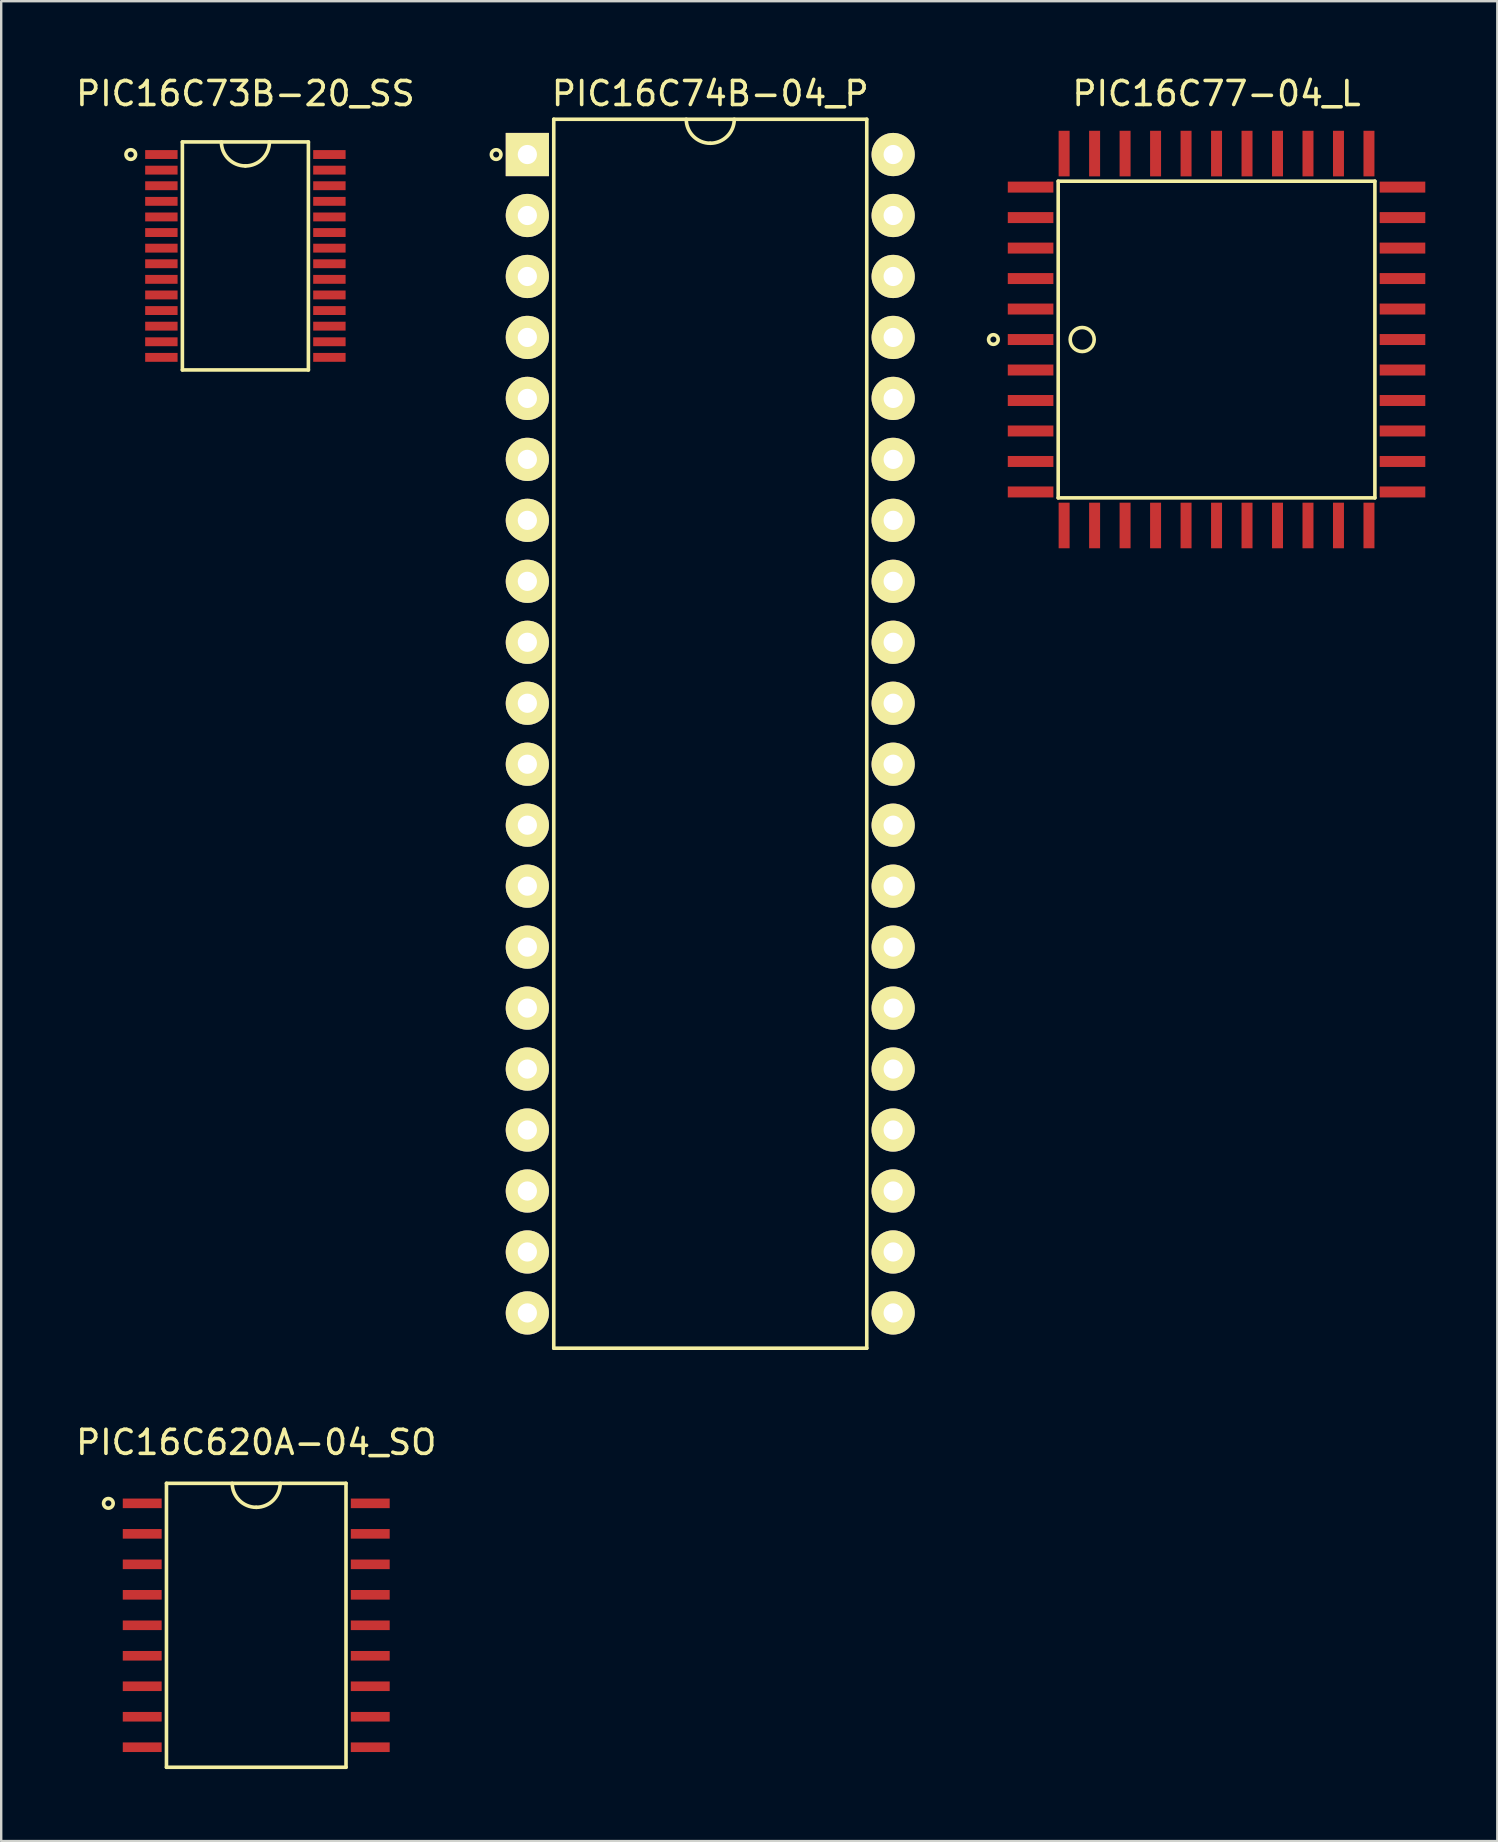
<source format=kicad_pcb>
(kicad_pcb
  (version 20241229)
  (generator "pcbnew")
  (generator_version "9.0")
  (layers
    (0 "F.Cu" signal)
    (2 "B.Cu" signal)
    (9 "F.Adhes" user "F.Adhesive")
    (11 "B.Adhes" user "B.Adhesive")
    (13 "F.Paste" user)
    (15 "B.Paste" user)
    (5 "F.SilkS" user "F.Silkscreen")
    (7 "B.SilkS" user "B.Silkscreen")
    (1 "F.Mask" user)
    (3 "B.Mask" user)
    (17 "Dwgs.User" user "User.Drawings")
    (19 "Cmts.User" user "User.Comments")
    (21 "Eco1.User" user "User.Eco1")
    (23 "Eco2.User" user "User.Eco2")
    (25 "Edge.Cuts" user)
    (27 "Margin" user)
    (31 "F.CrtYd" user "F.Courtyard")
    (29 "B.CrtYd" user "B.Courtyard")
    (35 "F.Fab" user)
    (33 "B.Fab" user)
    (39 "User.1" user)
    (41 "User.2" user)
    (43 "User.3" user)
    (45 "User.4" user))
  (footprint "PIC16C74B-04_P"
    (layer "F.Cu")
    (at 18.92 3.388)
    (property "Reference" "PIC16C74B-04_P" (at 7.62 -2.54 0) (layer "F.SilkS") (effects (font (size 1 1) (thickness 0.15))))
    (attr through_hole)
    (fp_line (start 1.1 -1.47) (end 14.14 -1.47) (stroke (width 0.15) (type solid)) (layer "F.SilkS"))
    (fp_line (start 1.1 49.73) (end 1.1 -1.47) (stroke (width 0.15) (type solid)) (layer "F.SilkS"))
    (fp_line (start 14.14 -1.47) (end 14.14 49.73) (stroke (width 0.15) (type solid)) (layer "F.SilkS"))
    (fp_line (start 14.14 49.73) (end 1.1 49.73) (stroke (width 0.15) (type solid)) (layer "F.SilkS"))
    (fp_arc (start 7.62 -0.47) (mid 6.912893 -0.762893) (end 6.62 -1.47) (stroke (width 0.15) (type solid)) (layer "F.SilkS"))
    (fp_arc (start 8.62 -1.47) (mid 8.327107 -0.762893) (end 7.62 -0.47) (stroke (width 0.15) (type solid)) (layer "F.SilkS"))
    (fp_circle (center -1.3 0) (end -1.3 0.2) (stroke (width 0.15) (type solid)) (fill no) (layer "F.SilkS"))
    (pad "1" thru_hole rect (at 0 0) (size 1.8 1.8) (drill 0.8) (layers "*.Cu" "*.Mask" "F.SilkS"))
    (pad "2" thru_hole circle (at 0 2.54) (size 1.8 1.8) (drill 0.8) (layers "*.Cu" "*.Mask" "F.SilkS"))
    (pad "3" thru_hole circle (at 0 5.08) (size 1.8 1.8) (drill 0.8) (layers "*.Cu" "*.Mask" "F.SilkS"))
    (pad "4" thru_hole circle (at 0 7.62) (size 1.8 1.8) (drill 0.8) (layers "*.Cu" "*.Mask" "F.SilkS"))
    (pad "5" thru_hole circle (at 0 10.16) (size 1.8 1.8) (drill 0.8) (layers "*.Cu" "*.Mask" "F.SilkS"))
    (pad "6" thru_hole circle (at 0 12.7) (size 1.8 1.8) (drill 0.8) (layers "*.Cu" "*.Mask" "F.SilkS"))
    (pad "7" thru_hole circle (at 0 15.24) (size 1.8 1.8) (drill 0.8) (layers "*.Cu" "*.Mask" "F.SilkS"))
    (pad "8" thru_hole circle (at 0 17.78) (size 1.8 1.8) (drill 0.8) (layers "*.Cu" "*.Mask" "F.SilkS"))
    (pad "9" thru_hole circle (at 0 20.32) (size 1.8 1.8) (drill 0.8) (layers "*.Cu" "*.Mask" "F.SilkS"))
    (pad "10" thru_hole circle (at 0 22.86) (size 1.8 1.8) (drill 0.8) (layers "*.Cu" "*.Mask" "F.SilkS"))
    (pad "11" thru_hole circle (at 0 25.4) (size 1.8 1.8) (drill 0.8) (layers "*.Cu" "*.Mask" "F.SilkS"))
    (pad "12" thru_hole circle (at 0 27.94) (size 1.8 1.8) (drill 0.8) (layers "*.Cu" "*.Mask" "F.SilkS"))
    (pad "13" thru_hole circle (at 0 30.48) (size 1.8 1.8) (drill 0.8) (layers "*.Cu" "*.Mask" "F.SilkS"))
    (pad "14" thru_hole circle (at 0 33.02) (size 1.8 1.8) (drill 0.8) (layers "*.Cu" "*.Mask" "F.SilkS"))
    (pad "15" thru_hole circle (at 0 35.56) (size 1.8 1.8) (drill 0.8) (layers "*.Cu" "*.Mask" "F.SilkS"))
    (pad "16" thru_hole circle (at 0 38.1) (size 1.8 1.8) (drill 0.8) (layers "*.Cu" "*.Mask" "F.SilkS"))
    (pad "17" thru_hole circle (at 0 40.64) (size 1.8 1.8) (drill 0.8) (layers "*.Cu" "*.Mask" "F.SilkS"))
    (pad "18" thru_hole circle (at 0 43.18) (size 1.8 1.8) (drill 0.8) (layers "*.Cu" "*.Mask" "F.SilkS"))
    (pad "19" thru_hole circle (at 0 45.72) (size 1.8 1.8) (drill 0.8) (layers "*.Cu" "*.Mask" "F.SilkS"))
    (pad "20" thru_hole circle (at 0 48.26) (size 1.8 1.8) (drill 0.8) (layers "*.Cu" "*.Mask" "F.SilkS"))
    (pad "21" thru_hole circle (at 15.24 48.26) (size 1.8 1.8) (drill 0.8) (layers "*.Cu" "*.Mask" "F.SilkS"))
    (pad "22" thru_hole circle (at 15.24 45.72) (size 1.8 1.8) (drill 0.8) (layers "*.Cu" "*.Mask" "F.SilkS"))
    (pad "23" thru_hole circle (at 15.24 43.18) (size 1.8 1.8) (drill 0.8) (layers "*.Cu" "*.Mask" "F.SilkS"))
    (pad "24" thru_hole circle (at 15.24 40.64) (size 1.8 1.8) (drill 0.8) (layers "*.Cu" "*.Mask" "F.SilkS"))
    (pad "25" thru_hole circle (at 15.24 38.1) (size 1.8 1.8) (drill 0.8) (layers "*.Cu" "*.Mask" "F.SilkS"))
    (pad "26" thru_hole circle (at 15.24 35.56) (size 1.8 1.8) (drill 0.8) (layers "*.Cu" "*.Mask" "F.SilkS"))
    (pad "27" thru_hole circle (at 15.24 33.02) (size 1.8 1.8) (drill 0.8) (layers "*.Cu" "*.Mask" "F.SilkS"))
    (pad "28" thru_hole circle (at 15.24 30.48) (size 1.8 1.8) (drill 0.8) (layers "*.Cu" "*.Mask" "F.SilkS"))
    (pad "29" thru_hole circle (at 15.24 27.94) (size 1.8 1.8) (drill 0.8) (layers "*.Cu" "*.Mask" "F.SilkS"))
    (pad "30" thru_hole circle (at 15.24 25.4) (size 1.8 1.8) (drill 0.8) (layers "*.Cu" "*.Mask" "F.SilkS"))
    (pad "31" thru_hole circle (at 15.24 22.86) (size 1.8 1.8) (drill 0.8) (layers "*.Cu" "*.Mask" "F.SilkS"))
    (pad "32" thru_hole circle (at 15.24 20.32) (size 1.8 1.8) (drill 0.8) (layers "*.Cu" "*.Mask" "F.SilkS"))
    (pad "33" thru_hole circle (at 15.24 17.78) (size 1.8 1.8) (drill 0.8) (layers "*.Cu" "*.Mask" "F.SilkS"))
    (pad "34" thru_hole circle (at 15.24 15.24) (size 1.8 1.8) (drill 0.8) (layers "*.Cu" "*.Mask" "F.SilkS"))
    (pad "35" thru_hole circle (at 15.24 12.7) (size 1.8 1.8) (drill 0.8) (layers "*.Cu" "*.Mask" "F.SilkS"))
    (pad "36" thru_hole circle (at 15.24 10.16) (size 1.8 1.8) (drill 0.8) (layers "*.Cu" "*.Mask" "F.SilkS"))
    (pad "37" thru_hole circle (at 15.24 7.62) (size 1.8 1.8) (drill 0.8) (layers "*.Cu" "*.Mask" "F.SilkS"))
    (pad "38" thru_hole circle (at 15.24 5.08) (size 1.8 1.8) (drill 0.8) (layers "*.Cu" "*.Mask" "F.SilkS"))
    (pad "39" thru_hole circle (at 15.24 2.54) (size 1.8 1.8) (drill 0.8) (layers "*.Cu" "*.Mask" "F.SilkS"))
    (pad "40" thru_hole circle (at 15.24 0) (size 1.8 1.8) (drill 0.8) (layers "*.Cu" "*.Mask" "F.SilkS")))
  (footprint "PIC16C73B-20_SS"
    (layer "F.Cu")
    (at 3.673 3.388)
    (property "Reference" "PIC16C73B-20_SS" (at 3.5 -2.54 0) (layer "F.SilkS") (effects (font (size 1 1) (thickness 0.15))))
    (attr through_hole)
    (fp_line (start 0.875 -0.525) (end 6.125 -0.525) (stroke (width 0.15) (type solid)) (layer "F.SilkS"))
    (fp_line (start 0.875 8.975) (end 0.875 -0.525) (stroke (width 0.15) (type solid)) (layer "F.SilkS"))
    (fp_line (start 6.125 -0.525) (end 6.125 8.975) (stroke (width 0.15) (type solid)) (layer "F.SilkS"))
    (fp_line (start 6.125 8.975) (end 0.875 8.975) (stroke (width 0.15) (type solid)) (layer "F.SilkS"))
    (fp_arc (start 3.5 0.475) (mid 2.792893 0.182107) (end 2.5 -0.525) (stroke (width 0.15) (type solid)) (layer "F.SilkS"))
    (fp_arc (start 4.5 -0.525) (mid 4.207107 0.182107) (end 3.5 0.475) (stroke (width 0.15) (type solid)) (layer "F.SilkS"))
    (fp_circle (center -1.275 0) (end -1.275 0.2) (stroke (width 0.15) (type solid)) (fill no) (layer "F.SilkS"))
    (pad "1" smd rect (at 0 0) (size 1.35 0.37) (layers "F.Cu" "F.Mask" "F.Paste"))
    (pad "2" smd rect (at 0 0.65) (size 1.35 0.37) (layers "F.Cu" "F.Mask" "F.Paste"))
    (pad "3" smd rect (at 0 1.3) (size 1.35 0.37) (layers "F.Cu" "F.Mask" "F.Paste"))
    (pad "4" smd rect (at 0 1.95) (size 1.35 0.37) (layers "F.Cu" "F.Mask" "F.Paste"))
    (pad "5" smd rect (at 0 2.6) (size 1.35 0.37) (layers "F.Cu" "F.Mask" "F.Paste"))
    (pad "6" smd rect (at 0 3.25) (size 1.35 0.37) (layers "F.Cu" "F.Mask" "F.Paste"))
    (pad "7" smd rect (at 0 3.9) (size 1.35 0.37) (layers "F.Cu" "F.Mask" "F.Paste"))
    (pad "8" smd rect (at 0 4.55) (size 1.35 0.37) (layers "F.Cu" "F.Mask" "F.Paste"))
    (pad "9" smd rect (at 0 5.2) (size 1.35 0.37) (layers "F.Cu" "F.Mask" "F.Paste"))
    (pad "10" smd rect (at 0 5.85) (size 1.35 0.37) (layers "F.Cu" "F.Mask" "F.Paste"))
    (pad "11" smd rect (at 0 6.5) (size 1.35 0.37) (layers "F.Cu" "F.Mask" "F.Paste"))
    (pad "12" smd rect (at 0 7.15) (size 1.35 0.37) (layers "F.Cu" "F.Mask" "F.Paste"))
    (pad "13" smd rect (at 0 7.8) (size 1.35 0.37) (layers "F.Cu" "F.Mask" "F.Paste"))
    (pad "14" smd rect (at 0 8.45) (size 1.35 0.37) (layers "F.Cu" "F.Mask" "F.Paste"))
    (pad "15" smd rect (at 7 8.45) (size 1.35 0.37) (layers "F.Cu" "F.Mask" "F.Paste"))
    (pad "16" smd rect (at 7 7.8) (size 1.35 0.37) (layers "F.Cu" "F.Mask" "F.Paste"))
    (pad "17" smd rect (at 7 7.15) (size 1.35 0.37) (layers "F.Cu" "F.Mask" "F.Paste"))
    (pad "18" smd rect (at 7 6.5) (size 1.35 0.37) (layers "F.Cu" "F.Mask" "F.Paste"))
    (pad "19" smd rect (at 7 5.85) (size 1.35 0.37) (layers "F.Cu" "F.Mask" "F.Paste"))
    (pad "20" smd rect (at 7 5.2) (size 1.35 0.37) (layers "F.Cu" "F.Mask" "F.Paste"))
    (pad "21" smd rect (at 7 4.55) (size 1.35 0.37) (layers "F.Cu" "F.Mask" "F.Paste"))
    (pad "22" smd rect (at 7 3.9) (size 1.35 0.37) (layers "F.Cu" "F.Mask" "F.Paste"))
    (pad "23" smd rect (at 7 3.25) (size 1.35 0.37) (layers "F.Cu" "F.Mask" "F.Paste"))
    (pad "24" smd rect (at 7 2.6) (size 1.35 0.37) (layers "F.Cu" "F.Mask" "F.Paste"))
    (pad "25" smd rect (at 7 1.95) (size 1.35 0.37) (layers "F.Cu" "F.Mask" "F.Paste"))
    (pad "26" smd rect (at 7 1.3) (size 1.35 0.37) (layers "F.Cu" "F.Mask" "F.Paste"))
    (pad "27" smd rect (at 7 0.65) (size 1.35 0.37) (layers "F.Cu" "F.Mask" "F.Paste"))
    (pad "28" smd rect (at 7 0) (size 1.35 0.37) (layers "F.Cu" "F.Mask" "F.Paste")))
  (footprint "PIC16C77-04_L"
    (layer "F.Cu")
    (at 39.885 3.348)
    (property "Reference" "PIC16C77-04_L" (at 7.747 -2.5 0) (layer "F.SilkS") (effects (font (size 1 1) (thickness 0.15))))
    (attr through_hole)
    (fp_line (start 1.15 1.15) (end 1.15 14.344) (stroke (width 0.15) (type solid)) (layer "F.SilkS"))
    (fp_line (start 1.15 1.15) (end 14.344 1.15) (stroke (width 0.15) (type solid)) (layer "F.SilkS"))
    (fp_line (start 1.15 14.344) (end 14.344 14.344) (stroke (width 0.15) (type solid)) (layer "F.SilkS"))
    (fp_line (start 14.344 14.344) (end 14.344 1.15) (stroke (width 0.15) (type solid)) (layer "F.SilkS"))
    (fp_circle (center -1.55 7.747) (end -1.55 7.547) (stroke (width 0.15) (type solid)) (fill no) (layer "F.SilkS"))
    (fp_circle (center 2.15 7.747) (end 2.15 7.247) (stroke (width 0.15) (type solid)) (fill no) (layer "F.SilkS"))
    (pad "1" smd rect (at 0 7.747) (size 1.9 0.457) (layers "F.Cu" "F.Mask" "F.Paste"))
    (pad "2" smd rect (at 0 9.017) (size 1.9 0.457) (layers "F.Cu" "F.Mask" "F.Paste"))
    (pad "3" smd rect (at 0 10.287) (size 1.9 0.457) (layers "F.Cu" "F.Mask" "F.Paste"))
    (pad "4" smd rect (at 0 11.557) (size 1.9 0.457) (layers "F.Cu" "F.Mask" "F.Paste"))
    (pad "5" smd rect (at 0 12.827) (size 1.9 0.457) (layers "F.Cu" "F.Mask" "F.Paste"))
    (pad "6" smd rect (at 0 14.097) (size 1.9 0.457) (layers "F.Cu" "F.Mask" "F.Paste"))
    (pad "7" smd rect (at 1.397 15.494) (size 0.457 1.9) (layers "F.Cu" "F.Mask" "F.Paste"))
    (pad "8" smd rect (at 2.667 15.494) (size 0.457 1.9) (layers "F.Cu" "F.Mask" "F.Paste"))
    (pad "9" smd rect (at 3.937 15.494) (size 0.457 1.9) (layers "F.Cu" "F.Mask" "F.Paste"))
    (pad "10" smd rect (at 5.207 15.494) (size 0.457 1.9) (layers "F.Cu" "F.Mask" "F.Paste"))
    (pad "11" smd rect (at 6.477 15.494) (size 0.457 1.9) (layers "F.Cu" "F.Mask" "F.Paste"))
    (pad "12" smd rect (at 7.747 15.494) (size 0.457 1.9) (layers "F.Cu" "F.Mask" "F.Paste"))
    (pad "13" smd rect (at 9.017 15.494) (size 0.457 1.9) (layers "F.Cu" "F.Mask" "F.Paste"))
    (pad "14" smd rect (at 10.287 15.494) (size 0.457 1.9) (layers "F.Cu" "F.Mask" "F.Paste"))
    (pad "15" smd rect (at 11.557 15.494) (size 0.457 1.9) (layers "F.Cu" "F.Mask" "F.Paste"))
    (pad "16" smd rect (at 12.827 15.494) (size 0.457 1.9) (layers "F.Cu" "F.Mask" "F.Paste"))
    (pad "17" smd rect (at 14.097 15.494) (size 0.457 1.9) (layers "F.Cu" "F.Mask" "F.Paste"))
    (pad "18" smd rect (at 15.494 14.097) (size 1.9 0.457) (layers "F.Cu" "F.Mask" "F.Paste"))
    (pad "19" smd rect (at 15.494 12.827) (size 1.9 0.457) (layers "F.Cu" "F.Mask" "F.Paste"))
    (pad "20" smd rect (at 15.494 11.557) (size 1.9 0.457) (layers "F.Cu" "F.Mask" "F.Paste"))
    (pad "21" smd rect (at 15.494 10.287) (size 1.9 0.457) (layers "F.Cu" "F.Mask" "F.Paste"))
    (pad "22" smd rect (at 15.494 9.017) (size 1.9 0.457) (layers "F.Cu" "F.Mask" "F.Paste"))
    (pad "23" smd rect (at 15.494 7.747) (size 1.9 0.457) (layers "F.Cu" "F.Mask" "F.Paste"))
    (pad "24" smd rect (at 15.494 6.477) (size 1.9 0.457) (layers "F.Cu" "F.Mask" "F.Paste"))
    (pad "25" smd rect (at 15.494 5.207) (size 1.9 0.457) (layers "F.Cu" "F.Mask" "F.Paste"))
    (pad "26" smd rect (at 15.494 3.937) (size 1.9 0.457) (layers "F.Cu" "F.Mask" "F.Paste"))
    (pad "27" smd rect (at 15.494 2.667) (size 1.9 0.457) (layers "F.Cu" "F.Mask" "F.Paste"))
    (pad "28" smd rect (at 15.494 1.397) (size 1.9 0.457) (layers "F.Cu" "F.Mask" "F.Paste"))
    (pad "29" smd rect (at 14.097 0) (size 0.457 1.9) (layers "F.Cu" "F.Mask" "F.Paste"))
    (pad "30" smd rect (at 12.827 0) (size 0.457 1.9) (layers "F.Cu" "F.Mask" "F.Paste"))
    (pad "31" smd rect (at 11.557 0) (size 0.457 1.9) (layers "F.Cu" "F.Mask" "F.Paste"))
    (pad "32" smd rect (at 10.287 0) (size 0.457 1.9) (layers "F.Cu" "F.Mask" "F.Paste"))
    (pad "33" smd rect (at 9.017 0) (size 0.457 1.9) (layers "F.Cu" "F.Mask" "F.Paste"))
    (pad "34" smd rect (at 7.747 0) (size 0.457 1.9) (layers "F.Cu" "F.Mask" "F.Paste"))
    (pad "35" smd rect (at 6.477 0) (size 0.457 1.9) (layers "F.Cu" "F.Mask" "F.Paste"))
    (pad "36" smd rect (at 5.207 0) (size 0.457 1.9) (layers "F.Cu" "F.Mask" "F.Paste"))
    (pad "37" smd rect (at 3.937 0) (size 0.457 1.9) (layers "F.Cu" "F.Mask" "F.Paste"))
    (pad "38" smd rect (at 2.667 0) (size 0.457 1.9) (layers "F.Cu" "F.Mask" "F.Paste"))
    (pad "39" smd rect (at 1.397 0) (size 0.457 1.9) (layers "F.Cu" "F.Mask" "F.Paste"))
    (pad "40" smd rect (at 0 1.397) (size 1.9 0.457) (layers "F.Cu" "F.Mask" "F.Paste"))
    (pad "41" smd rect (at 0 2.667) (size 1.9 0.457) (layers "F.Cu" "F.Mask" "F.Paste"))
    (pad "42" smd rect (at 0 3.937) (size 1.9 0.457) (layers "F.Cu" "F.Mask" "F.Paste"))
    (pad "43" smd rect (at 0 5.207) (size 1.9 0.457) (layers "F.Cu" "F.Mask" "F.Paste"))
    (pad "44" smd rect (at 0 6.477) (size 1.9 0.457) (layers "F.Cu" "F.Mask" "F.Paste")))
  (footprint "PIC16C620A-04_SO"
    (layer "F.Cu")
    (at 2.875 59.581)
    (property "Reference" "PIC16C620A-04_SO" (at 4.75 -2.54 0) (layer "F.SilkS") (effects (font (size 1 1) (thickness 0.15))))
    (attr through_hole)
    (fp_line (start 1.01 -0.835) (end 8.49 -0.835) (stroke (width 0.15) (type solid)) (layer "F.SilkS"))
    (fp_line (start 1.01 10.995) (end 1.01 -0.835) (stroke (width 0.15) (type solid)) (layer "F.SilkS"))
    (fp_line (start 8.49 -0.835) (end 8.49 10.995) (stroke (width 0.15) (type solid)) (layer "F.SilkS"))
    (fp_line (start 8.49 10.995) (end 1.01 10.995) (stroke (width 0.15) (type solid)) (layer "F.SilkS"))
    (fp_arc (start 4.75 0.165) (mid 4.042893 -0.127893) (end 3.75 -0.835) (stroke (width 0.15) (type solid)) (layer "F.SilkS"))
    (fp_arc (start 5.75 -0.835) (mid 5.457107 -0.127893) (end 4.75 0.165) (stroke (width 0.15) (type solid)) (layer "F.SilkS"))
    (fp_circle (center -1.41 0) (end -1.41 0.2) (stroke (width 0.15) (type solid)) (fill no) (layer "F.SilkS"))
    (pad "1" smd rect (at 0 0) (size 1.62 0.4) (layers "F.Cu" "F.Mask" "F.Paste"))
    (pad "2" smd rect (at 0 1.27) (size 1.62 0.4) (layers "F.Cu" "F.Mask" "F.Paste"))
    (pad "3" smd rect (at 0 2.54) (size 1.62 0.4) (layers "F.Cu" "F.Mask" "F.Paste"))
    (pad "4" smd rect (at 0 3.81) (size 1.62 0.4) (layers "F.Cu" "F.Mask" "F.Paste"))
    (pad "5" smd rect (at 0 5.08) (size 1.62 0.4) (layers "F.Cu" "F.Mask" "F.Paste"))
    (pad "6" smd rect (at 0 6.35) (size 1.62 0.4) (layers "F.Cu" "F.Mask" "F.Paste"))
    (pad "7" smd rect (at 0 7.62) (size 1.62 0.4) (layers "F.Cu" "F.Mask" "F.Paste"))
    (pad "8" smd rect (at 0 8.89) (size 1.62 0.4) (layers "F.Cu" "F.Mask" "F.Paste"))
    (pad "9" smd rect (at 0 10.16) (size 1.62 0.4) (layers "F.Cu" "F.Mask" "F.Paste"))
    (pad "10" smd rect (at 9.5 10.16) (size 1.62 0.4) (layers "F.Cu" "F.Mask" "F.Paste"))
    (pad "11" smd rect (at 9.5 8.89) (size 1.62 0.4) (layers "F.Cu" "F.Mask" "F.Paste"))
    (pad "12" smd rect (at 9.5 7.62) (size 1.62 0.4) (layers "F.Cu" "F.Mask" "F.Paste"))
    (pad "13" smd rect (at 9.5 6.35) (size 1.62 0.4) (layers "F.Cu" "F.Mask" "F.Paste"))
    (pad "14" smd rect (at 9.5 5.08) (size 1.62 0.4) (layers "F.Cu" "F.Mask" "F.Paste"))
    (pad "15" smd rect (at 9.5 3.81) (size 1.62 0.4) (layers "F.Cu" "F.Mask" "F.Paste"))
    (pad "16" smd rect (at 9.5 2.54) (size 1.62 0.4) (layers "F.Cu" "F.Mask" "F.Paste"))
    (pad "17" smd rect (at 9.5 1.27) (size 1.62 0.4) (layers "F.Cu" "F.Mask" "F.Paste"))
    (pad "18" smd rect (at 9.5 0) (size 1.62 0.4) (layers "F.Cu" "F.Mask" "F.Paste")))
  (gr_rect
    (start -3 -3)
    (end 59.329 73.651)
    (stroke (width 0.1) (type default))
    (fill no)
    (layer "Edge.Cuts")))
</source>
